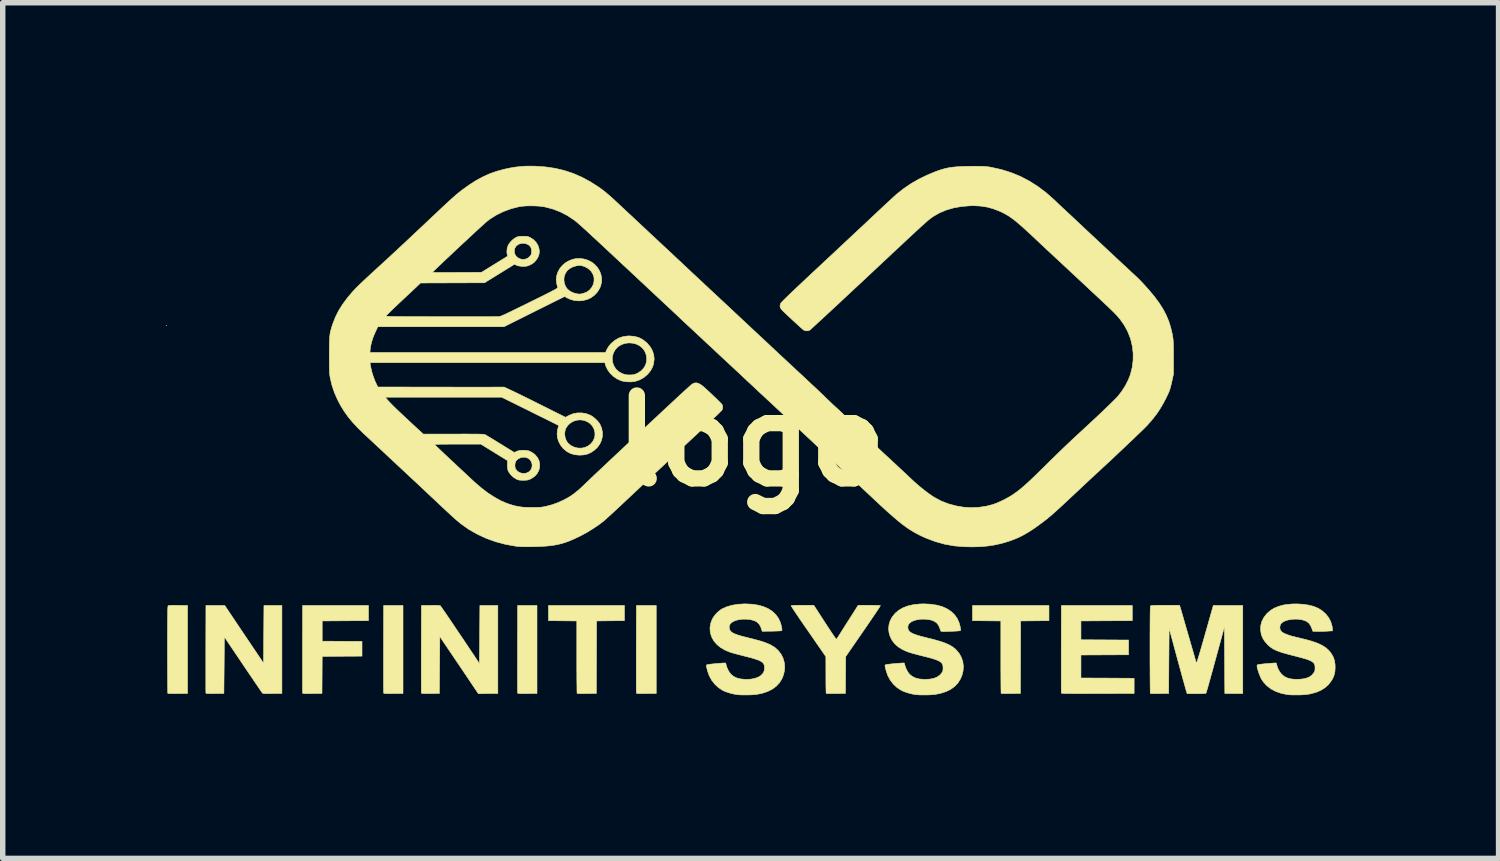
<source format=kicad_pcb>
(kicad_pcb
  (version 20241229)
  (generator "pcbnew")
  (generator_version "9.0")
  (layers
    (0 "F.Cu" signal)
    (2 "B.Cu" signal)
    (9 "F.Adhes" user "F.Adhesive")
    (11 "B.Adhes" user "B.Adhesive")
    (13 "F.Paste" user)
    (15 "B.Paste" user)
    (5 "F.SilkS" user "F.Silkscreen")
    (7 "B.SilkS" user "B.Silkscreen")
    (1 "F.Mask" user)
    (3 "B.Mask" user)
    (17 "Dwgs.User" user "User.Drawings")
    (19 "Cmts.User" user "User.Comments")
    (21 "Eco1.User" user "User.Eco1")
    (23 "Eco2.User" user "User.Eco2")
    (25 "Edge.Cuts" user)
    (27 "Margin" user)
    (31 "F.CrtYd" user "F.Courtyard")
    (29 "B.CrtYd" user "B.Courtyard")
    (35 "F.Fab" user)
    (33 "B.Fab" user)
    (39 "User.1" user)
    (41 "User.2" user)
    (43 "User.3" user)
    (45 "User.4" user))
  (footprint "logo"
    (layer "F.Cu")
    (at 10.766 5.058)
    (property "Reference" "logo" (at 0 0 0) (layer "F.SilkS") (effects (font (size 1.524 1.524) (thickness 0.3))))
    (attr through_hole)
    (fp_poly (pts (xy -10.753 -2.121) (xy -10.757 -2.117) (xy -10.761 -2.121) (xy -10.757 -2.125) (xy -10.753 -2.121)) (stroke (width 0.01) (type solid)) (fill yes) (layer "F.SilkS"))
    (fp_poly (pts (xy -6.405 4.644) (xy -6.581 4.646) (xy -6.643 4.647) (xy -6.69 4.647) (xy -6.723 4.646) (xy -6.745 4.644) (xy -6.757 4.641) (xy -6.761 4.638) (xy -6.761 4.628) (xy -6.762 4.602) (xy -6.762 4.562) (xy -6.763 4.509) (xy -6.763 4.443) (xy -6.763 4.366) (xy -6.763 4.28) (xy -6.763 4.185) (xy -6.763 4.082) (xy -6.763 3.973) (xy -6.763 3.859) (xy -6.763 3.827) (xy -6.761 3.027) (xy -6.405 3.027) (xy -6.405 4.644)) (stroke (width 0.01) (type solid)) (fill yes) (layer "F.SilkS"))
    (fp_poly (pts (xy -3.941 4.644) (xy -4.117 4.646) (xy -4.179 4.647) (xy -4.226 4.647) (xy -4.26 4.646) (xy -4.281 4.644) (xy -4.293 4.641) (xy -4.297 4.638) (xy -4.298 4.628) (xy -4.298 4.602) (xy -4.299 4.562) (xy -4.299 4.509) (xy -4.299 4.443) (xy -4.299 4.366) (xy -4.3 4.28) (xy -4.3 4.185) (xy -4.299 4.082) (xy -4.299 3.973) (xy -4.299 3.859) (xy -4.299 3.827) (xy -4.297 3.027) (xy -3.941 3.027) (xy -3.941 4.644)) (stroke (width 0.01) (type solid)) (fill yes) (layer "F.SilkS"))
    (fp_poly (pts (xy -1.748 4.644) (xy -1.928 4.646) (xy -1.991 4.647) (xy -2.039 4.647) (xy -2.073 4.646) (xy -2.096 4.644) (xy -2.108 4.641) (xy -2.113 4.638) (xy -2.113 4.628) (xy -2.114 4.602) (xy -2.114 4.562) (xy -2.115 4.509) (xy -2.115 4.443) (xy -2.115 4.366) (xy -2.115 4.28) (xy -2.115 4.185) (xy -2.115 4.082) (xy -2.115 3.973) (xy -2.115 3.859) (xy -2.115 3.827) (xy -2.112 3.027) (xy -1.748 3.027) (xy -1.748 4.644)) (stroke (width 0.01) (type solid)) (fill yes) (layer "F.SilkS"))
    (fp_poly (pts (xy 5.474 3.306) (xy 4.953 3.311) (xy 4.951 3.977) (xy 4.949 4.644) (xy 4.775 4.646) (xy 4.722 4.647) (xy 4.675 4.647) (xy 4.637 4.646) (xy 4.609 4.645) (xy 4.596 4.643) (xy 4.595 4.643) (xy 4.594 4.634) (xy 4.593 4.609) (xy 4.592 4.57) (xy 4.591 4.517) (xy 4.591 4.453) (xy 4.59 4.379) (xy 4.59 4.295) (xy 4.589 4.204) (xy 4.589 4.106) (xy 4.589 4.003) (xy 4.589 3.974) (xy 4.589 3.311) (xy 4.068 3.306) (xy 4.068 3.027) (xy 5.474 3.027) (xy 5.474 3.306)) (stroke (width 0.01) (type solid)) (fill yes) (layer "F.SilkS"))
    (fp_poly (pts (xy -2.333 3.306) (xy -2.589 3.308) (xy -2.845 3.311) (xy -2.847 3.977) (xy -2.849 4.644) (xy -3.023 4.646) (xy -3.076 4.647) (xy -3.123 4.647) (xy -3.161 4.646) (xy -3.188 4.645) (xy -3.202 4.643) (xy -3.203 4.643) (xy -3.204 4.634) (xy -3.205 4.609) (xy -3.206 4.57) (xy -3.206 4.517) (xy -3.207 4.453) (xy -3.208 4.379) (xy -3.208 4.295) (xy -3.209 4.204) (xy -3.209 4.106) (xy -3.209 4.003) (xy -3.209 3.974) (xy -3.209 3.311) (xy -3.73 3.306) (xy -3.73 3.027) (xy -2.333 3.027) (xy -2.333 3.306)) (stroke (width 0.01) (type solid)) (fill yes) (layer "F.SilkS"))
    (fp_poly (pts (xy -7.04 3.306) (xy -7.465 3.308) (xy -7.891 3.311) (xy -7.891 3.683) (xy -7.525 3.685) (xy -7.159 3.687) (xy -7.159 3.958) (xy -7.525 3.96) (xy -7.891 3.963) (xy -7.893 4.303) (xy -7.895 4.644) (xy -8.071 4.646) (xy -8.133 4.647) (xy -8.18 4.647) (xy -8.213 4.646) (xy -8.235 4.644) (xy -8.247 4.641) (xy -8.251 4.638) (xy -8.252 4.628) (xy -8.252 4.602) (xy -8.253 4.562) (xy -8.253 4.509) (xy -8.253 4.443) (xy -8.253 4.366) (xy -8.253 4.28) (xy -8.253 4.185) (xy -8.253 4.082) (xy -8.253 3.973) (xy -8.253 3.859) (xy -8.253 3.827) (xy -8.251 3.027) (xy -7.04 3.027) (xy -7.04 3.306)) (stroke (width 0.01) (type solid)) (fill yes) (layer "F.SilkS"))
    (fp_poly (pts (xy 7.006 3.306) (xy 6.534 3.308) (xy 6.062 3.311) (xy 6.062 3.657) (xy 6.938 3.662) (xy 6.938 3.933) (xy 6.062 3.937) (xy 6.062 4.36) (xy 6.551 4.362) (xy 7.04 4.365) (xy 7.04 4.644) (xy 6.373 4.646) (xy 6.246 4.646) (xy 6.136 4.647) (xy 6.04 4.647) (xy 5.959 4.647) (xy 5.89 4.646) (xy 5.834 4.646) (xy 5.789 4.645) (xy 5.755 4.644) (xy 5.73 4.643) (xy 5.713 4.641) (xy 5.704 4.639) (xy 5.702 4.638) (xy 5.701 4.628) (xy 5.701 4.602) (xy 5.701 4.562) (xy 5.7 4.509) (xy 5.7 4.443) (xy 5.7 4.366) (xy 5.7 4.28) (xy 5.7 4.185) (xy 5.7 4.082) (xy 5.7 3.973) (xy 5.7 3.859) (xy 5.7 3.827) (xy 5.702 3.027) (xy 7.006 3.027) (xy 7.006 3.306)) (stroke (width 0.01) (type solid)) (fill yes) (layer "F.SilkS"))
    (fp_poly (pts (xy -10.54 3.025) (xy -10.367 3.027) (xy -10.367 4.644) (xy -10.546 4.646) (xy -10.599 4.647) (xy -10.647 4.647) (xy -10.686 4.646) (xy -10.714 4.645) (xy -10.729 4.643) (xy -10.73 4.643) (xy -10.731 4.634) (xy -10.732 4.609) (xy -10.732 4.569) (xy -10.733 4.516) (xy -10.734 4.451) (xy -10.734 4.375) (xy -10.735 4.289) (xy -10.735 4.195) (xy -10.735 4.093) (xy -10.736 3.984) (xy -10.736 3.87) (xy -10.736 3.839) (xy -10.736 3.702) (xy -10.736 3.581) (xy -10.735 3.475) (xy -10.735 3.383) (xy -10.735 3.304) (xy -10.734 3.238) (xy -10.733 3.183) (xy -10.733 3.138) (xy -10.732 3.102) (xy -10.73 3.075) (xy -10.729 3.055) (xy -10.727 3.042) (xy -10.726 3.035) (xy -10.724 3.032) (xy -10.713 3.028) (xy -10.687 3.026) (xy -10.648 3.024) (xy -10.593 3.024) (xy -10.54 3.025)) (stroke (width 0.01) (type solid)) (fill yes) (layer "F.SilkS"))
    (fp_poly (pts (xy -9.327 3.557) (xy -8.97 4.087) (xy -8.966 3.557) (xy -8.962 3.027) (xy -8.632 3.027) (xy -8.632 4.644) (xy -8.806 4.646) (xy -8.865 4.647) (xy -8.91 4.647) (xy -8.942 4.646) (xy -8.964 4.645) (xy -8.978 4.642) (xy -8.987 4.639) (xy -8.993 4.634) (xy -8.993 4.634) (xy -9 4.624) (xy -9.015 4.602) (xy -9.039 4.568) (xy -9.069 4.523) (xy -9.106 4.469) (xy -9.148 4.407) (xy -9.195 4.338) (xy -9.247 4.262) (xy -9.301 4.182) (xy -9.348 4.112) (xy -9.69 3.605) (xy -9.694 4.124) (xy -9.699 4.644) (xy -9.862 4.646) (xy -9.921 4.647) (xy -9.966 4.647) (xy -9.997 4.645) (xy -10.017 4.643) (xy -10.027 4.64) (xy -10.029 4.638) (xy -10.03 4.628) (xy -10.03 4.602) (xy -10.031 4.562) (xy -10.031 4.509) (xy -10.031 4.443) (xy -10.031 4.366) (xy -10.031 4.28) (xy -10.031 4.185) (xy -10.031 4.082) (xy -10.031 3.973) (xy -10.031 3.859) (xy -10.031 3.827) (xy -10.029 3.027) (xy -9.683 3.027) (xy -9.327 3.557)) (stroke (width 0.01) (type solid)) (fill yes) (layer "F.SilkS"))
    (fp_poly (pts (xy -5.785 3.024) (xy -5.751 3.026) (xy -5.729 3.029) (xy -5.718 3.032) (xy -5.718 3.032) (xy -5.711 3.041) (xy -5.696 3.062) (xy -5.673 3.096) (xy -5.642 3.14) (xy -5.606 3.193) (xy -5.563 3.256) (xy -5.516 3.325) (xy -5.465 3.401) (xy -5.411 3.482) (xy -5.354 3.566) (xy -5.352 3.568) (xy -5 4.094) (xy -4.995 3.56) (xy -4.991 3.027) (xy -4.661 3.027) (xy -4.661 4.644) (xy -4.84 4.646) (xy -5.019 4.649) (xy -5.373 4.123) (xy -5.728 3.598) (xy -5.732 4.121) (xy -5.736 4.644) (xy -5.899 4.646) (xy -5.959 4.647) (xy -6.003 4.647) (xy -6.035 4.645) (xy -6.054 4.643) (xy -6.064 4.64) (xy -6.067 4.638) (xy -6.067 4.628) (xy -6.068 4.602) (xy -6.068 4.562) (xy -6.068 4.509) (xy -6.069 4.443) (xy -6.069 4.366) (xy -6.069 4.28) (xy -6.069 4.185) (xy -6.069 4.082) (xy -6.069 3.973) (xy -6.069 3.859) (xy -6.069 3.827) (xy -6.066 3.027) (xy -5.898 3.025) (xy -5.834 3.024) (xy -5.785 3.024)) (stroke (width 0.01) (type solid)) (fill yes) (layer "F.SilkS"))
    (fp_poly (pts (xy 1.355 3.34) (xy 1.405 3.416) (xy 1.446 3.479) (xy 1.48 3.53) (xy 1.507 3.57) (xy 1.528 3.6) (xy 1.543 3.622) (xy 1.555 3.635) (xy 1.563 3.643) (xy 1.568 3.644) (xy 1.571 3.643) (xy 1.577 3.632) (xy 1.592 3.61) (xy 1.614 3.576) (xy 1.642 3.532) (xy 1.674 3.48) (xy 1.711 3.422) (xy 1.751 3.359) (xy 1.773 3.325) (xy 1.965 3.023) (xy 2.168 3.023) (xy 2.224 3.023) (xy 2.275 3.024) (xy 2.318 3.025) (xy 2.35 3.026) (xy 2.369 3.028) (xy 2.374 3.029) (xy 2.37 3.037) (xy 2.357 3.058) (xy 2.336 3.09) (xy 2.308 3.133) (xy 2.273 3.185) (xy 2.232 3.245) (xy 2.187 3.312) (xy 2.137 3.385) (xy 2.084 3.462) (xy 2.057 3.501) (xy 1.736 3.966) (xy 1.734 4.305) (xy 1.731 4.644) (xy 1.557 4.646) (xy 1.505 4.647) (xy 1.458 4.647) (xy 1.419 4.646) (xy 1.392 4.645) (xy 1.378 4.643) (xy 1.377 4.643) (xy 1.376 4.633) (xy 1.375 4.609) (xy 1.374 4.571) (xy 1.373 4.522) (xy 1.372 4.463) (xy 1.372 4.396) (xy 1.372 4.324) (xy 1.372 4.302) (xy 1.371 3.967) (xy 1.05 3.503) (xy 0.995 3.424) (xy 0.943 3.348) (xy 0.895 3.279) (xy 0.852 3.215) (xy 0.814 3.159) (xy 0.783 3.112) (xy 0.758 3.074) (xy 0.742 3.047) (xy 0.733 3.033) (xy 0.733 3.031) (xy 0.742 3.028) (xy 0.767 3.026) (xy 0.806 3.024) (xy 0.855 3.023) (xy 0.915 3.023) (xy 0.944 3.023) (xy 1.15 3.023) (xy 1.355 3.34)) (stroke (width 0.01) (type solid)) (fill yes) (layer "F.SilkS"))
    (fp_poly (pts (xy 7.882 3.042) (xy 7.885 3.053) (xy 7.893 3.079) (xy 7.905 3.119) (xy 7.92 3.17) (xy 7.938 3.232) (xy 7.958 3.303) (xy 7.981 3.382) (xy 8.005 3.466) (xy 8.031 3.556) (xy 8.035 3.569) (xy 8.061 3.658) (xy 8.085 3.743) (xy 8.108 3.822) (xy 8.129 3.893) (xy 8.147 3.956) (xy 8.162 4.008) (xy 8.174 4.048) (xy 8.182 4.075) (xy 8.186 4.087) (xy 8.187 4.087) (xy 8.19 4.081) (xy 8.197 4.06) (xy 8.208 4.026) (xy 8.223 3.978) (xy 8.241 3.92) (xy 8.261 3.852) (xy 8.283 3.776) (xy 8.307 3.693) (xy 8.333 3.603) (xy 8.344 3.563) (xy 8.496 3.027) (xy 9.038 3.027) (xy 9.038 4.644) (xy 8.708 4.644) (xy 8.704 4.033) (xy 8.7 3.422) (xy 8.535 4.024) (xy 8.508 4.122) (xy 8.483 4.216) (xy 8.458 4.303) (xy 8.436 4.383) (xy 8.416 4.455) (xy 8.399 4.516) (xy 8.384 4.567) (xy 8.373 4.604) (xy 8.366 4.629) (xy 8.363 4.638) (xy 8.355 4.642) (xy 8.337 4.644) (xy 8.307 4.646) (xy 8.264 4.648) (xy 8.207 4.648) (xy 8.186 4.648) (xy 8.017 4.648) (xy 8.006 4.621) (xy 8.002 4.608) (xy 7.994 4.58) (xy 7.982 4.539) (xy 7.968 4.486) (xy 7.95 4.422) (xy 7.929 4.348) (xy 7.907 4.267) (xy 7.883 4.179) (xy 7.857 4.085) (xy 7.839 4.019) (xy 7.684 3.445) (xy 7.679 4.045) (xy 7.675 4.644) (xy 7.509 4.646) (xy 7.458 4.647) (xy 7.413 4.647) (xy 7.376 4.646) (xy 7.35 4.645) (xy 7.338 4.643) (xy 7.338 4.643) (xy 7.337 4.634) (xy 7.336 4.609) (xy 7.336 4.569) (xy 7.335 4.516) (xy 7.334 4.451) (xy 7.334 4.375) (xy 7.333 4.289) (xy 7.333 4.195) (xy 7.332 4.093) (xy 7.332 3.984) (xy 7.332 3.871) (xy 7.332 3.84) (xy 7.332 3.698) (xy 7.332 3.573) (xy 7.333 3.462) (xy 7.333 3.367) (xy 7.334 3.285) (xy 7.334 3.216) (xy 7.335 3.16) (xy 7.336 3.115) (xy 7.337 3.08) (xy 7.339 3.056) (xy 7.34 3.04) (xy 7.342 3.033) (xy 7.342 3.033) (xy 7.35 3.03) (xy 7.369 3.027) (xy 7.399 3.025) (xy 7.442 3.024) (xy 7.498 3.023) (xy 7.57 3.023) (xy 7.613 3.023) (xy 7.874 3.023) (xy 7.882 3.042)) (stroke (width 0.01) (type solid)) (fill yes) (layer "F.SilkS"))
    (fp_poly (pts (xy 0.013 3.003) (xy 0.125 3.02) (xy 0.224 3.047) (xy 0.312 3.086) (xy 0.388 3.135) (xy 0.45 3.194) (xy 0.5 3.263) (xy 0.536 3.342) (xy 0.555 3.411) (xy 0.561 3.447) (xy 0.564 3.474) (xy 0.562 3.488) (xy 0.561 3.489) (xy 0.551 3.491) (xy 0.526 3.494) (xy 0.49 3.496) (xy 0.444 3.497) (xy 0.393 3.499) (xy 0.377 3.499) (xy 0.2 3.501) (xy 0.19 3.467) (xy 0.168 3.408) (xy 0.138 3.362) (xy 0.099 3.327) (xy 0.049 3.303) (xy -0.013 3.287) (xy -0.081 3.279) (xy -0.155 3.278) (xy -0.223 3.286) (xy -0.282 3.3) (xy -0.332 3.321) (xy -0.37 3.347) (xy -0.396 3.379) (xy -0.406 3.415) (xy -0.406 3.421) (xy -0.404 3.45) (xy -0.396 3.476) (xy -0.382 3.498) (xy -0.359 3.519) (xy -0.327 3.538) (xy -0.284 3.556) (xy -0.229 3.575) (xy -0.16 3.595) (xy -0.076 3.616) (xy -0.042 3.625) (xy 0.051 3.648) (xy 0.129 3.669) (xy 0.196 3.688) (xy 0.253 3.708) (xy 0.302 3.727) (xy 0.347 3.747) (xy 0.36 3.754) (xy 0.436 3.801) (xy 0.499 3.859) (xy 0.549 3.925) (xy 0.585 3.998) (xy 0.607 4.077) (xy 0.615 4.159) (xy 0.607 4.243) (xy 0.583 4.328) (xy 0.563 4.375) (xy 0.517 4.449) (xy 0.458 4.512) (xy 0.386 4.565) (xy 0.301 4.608) (xy 0.202 4.641) (xy 0.102 4.661) (xy 0.055 4.666) (xy -0.003 4.67) (xy -0.067 4.672) (xy -0.132 4.672) (xy -0.194 4.671) (xy -0.247 4.667) (xy -0.275 4.664) (xy -0.327 4.654) (xy -0.384 4.64) (xy -0.44 4.623) (xy -0.491 4.604) (xy -0.525 4.588) (xy -0.602 4.538) (xy -0.671 4.474) (xy -0.729 4.4) (xy -0.774 4.317) (xy -0.805 4.229) (xy -0.807 4.221) (xy -0.817 4.179) (xy -0.824 4.152) (xy -0.826 4.134) (xy -0.825 4.125) (xy -0.821 4.12) (xy -0.813 4.116) (xy -0.811 4.115) (xy -0.797 4.112) (xy -0.77 4.108) (xy -0.733 4.104) (xy -0.69 4.099) (xy -0.644 4.095) (xy -0.597 4.091) (xy -0.554 4.088) (xy -0.517 4.085) (xy -0.49 4.084) (xy -0.475 4.085) (xy -0.474 4.085) (xy -0.469 4.095) (xy -0.463 4.116) (xy -0.462 4.121) (xy -0.45 4.161) (xy -0.43 4.207) (xy -0.405 4.251) (xy -0.379 4.286) (xy -0.372 4.293) (xy -0.324 4.332) (xy -0.266 4.36) (xy -0.198 4.377) (xy -0.118 4.385) (xy -0.089 4.386) (xy -0.005 4.381) (xy 0.069 4.366) (xy 0.131 4.343) (xy 0.18 4.312) (xy 0.216 4.273) (xy 0.238 4.226) (xy 0.244 4.173) (xy 0.243 4.156) (xy 0.239 4.128) (xy 0.23 4.104) (xy 0.215 4.082) (xy 0.192 4.063) (xy 0.161 4.045) (xy 0.119 4.027) (xy 0.065 4.009) (xy -0.001 3.989) (xy -0.083 3.968) (xy -0.119 3.959) (xy -0.181 3.943) (xy -0.24 3.928) (xy -0.293 3.914) (xy -0.339 3.901) (xy -0.373 3.891) (xy -0.389 3.886) (xy -0.485 3.846) (xy -0.567 3.798) (xy -0.635 3.741) (xy -0.69 3.677) (xy -0.729 3.605) (xy -0.753 3.527) (xy -0.755 3.515) (xy -0.76 3.438) (xy -0.748 3.36) (xy -0.72 3.283) (xy -0.717 3.277) (xy -0.689 3.231) (xy -0.65 3.182) (xy -0.605 3.138) (xy -0.558 3.102) (xy -0.536 3.088) (xy -0.448 3.049) (xy -0.349 3.021) (xy -0.239 3.004) (xy -0.12 2.997) (xy -0.11 2.997) (xy 0.013 3.003)) (stroke (width 0.01) (type solid)) (fill yes) (layer "F.SilkS"))
    (fp_poly (pts (xy 10.151 3.005) (xy 10.251 3.02) (xy 10.341 3.043) (xy 10.347 3.045) (xy 10.429 3.08) (xy 10.502 3.127) (xy 10.565 3.184) (xy 10.617 3.25) (xy 10.655 3.323) (xy 10.679 3.4) (xy 10.687 3.454) (xy 10.689 3.493) (xy 10.588 3.499) (xy 10.537 3.502) (xy 10.484 3.503) (xy 10.434 3.504) (xy 10.407 3.503) (xy 10.327 3.501) (xy 10.308 3.448) (xy 10.284 3.393) (xy 10.254 3.352) (xy 10.217 3.323) (xy 10.204 3.315) (xy 10.146 3.294) (xy 10.079 3.281) (xy 10.006 3.277) (xy 9.933 3.282) (xy 9.863 3.295) (xy 9.803 3.316) (xy 9.789 3.323) (xy 9.751 3.35) (xy 9.729 3.381) (xy 9.72 3.42) (xy 9.72 3.432) (xy 9.723 3.459) (xy 9.732 3.483) (xy 9.749 3.505) (xy 9.775 3.526) (xy 9.812 3.545) (xy 9.86 3.564) (xy 9.92 3.584) (xy 9.995 3.604) (xy 10.086 3.626) (xy 10.098 3.629) (xy 10.21 3.656) (xy 10.307 3.684) (xy 10.39 3.712) (xy 10.461 3.742) (xy 10.521 3.774) (xy 10.572 3.809) (xy 10.615 3.848) (xy 10.652 3.891) (xy 10.667 3.913) (xy 10.702 3.973) (xy 10.724 4.037) (xy 10.735 4.109) (xy 10.737 4.161) (xy 10.733 4.237) (xy 10.719 4.304) (xy 10.694 4.366) (xy 10.668 4.41) (xy 10.614 4.481) (xy 10.549 4.539) (xy 10.473 4.587) (xy 10.385 4.624) (xy 10.284 4.651) (xy 10.228 4.661) (xy 10.182 4.666) (xy 10.124 4.67) (xy 10.061 4.672) (xy 9.996 4.672) (xy 9.934 4.671) (xy 9.881 4.668) (xy 9.852 4.664) (xy 9.741 4.641) (xy 9.642 4.606) (xy 9.555 4.559) (xy 9.479 4.501) (xy 9.416 4.431) (xy 9.385 4.386) (xy 9.367 4.351) (xy 9.348 4.305) (xy 9.329 4.254) (xy 9.314 4.205) (xy 9.303 4.163) (xy 9.302 4.155) (xy 9.3 4.133) (xy 9.305 4.121) (xy 9.316 4.115) (xy 9.33 4.112) (xy 9.357 4.108) (xy 9.393 4.104) (xy 9.436 4.099) (xy 9.483 4.095) (xy 9.529 4.091) (xy 9.572 4.088) (xy 9.609 4.085) (xy 9.636 4.084) (xy 9.65 4.085) (xy 9.652 4.085) (xy 9.657 4.095) (xy 9.662 4.116) (xy 9.663 4.121) (xy 9.675 4.162) (xy 9.696 4.209) (xy 9.722 4.253) (xy 9.751 4.289) (xy 9.754 4.293) (xy 9.8 4.331) (xy 9.854 4.358) (xy 9.918 4.376) (xy 9.993 4.384) (xy 10.067 4.384) (xy 10.144 4.377) (xy 10.208 4.363) (xy 10.261 4.342) (xy 10.304 4.312) (xy 10.339 4.272) (xy 10.342 4.268) (xy 10.356 4.245) (xy 10.364 4.224) (xy 10.367 4.198) (xy 10.367 4.175) (xy 10.366 4.145) (xy 10.361 4.119) (xy 10.351 4.096) (xy 10.335 4.076) (xy 10.31 4.057) (xy 10.277 4.04) (xy 10.233 4.022) (xy 10.177 4.004) (xy 10.108 3.985) (xy 10.024 3.963) (xy 9.989 3.954) (xy 9.893 3.929) (xy 9.813 3.907) (xy 9.745 3.887) (xy 9.688 3.867) (xy 9.64 3.847) (xy 9.599 3.827) (xy 9.564 3.804) (xy 9.532 3.78) (xy 9.501 3.752) (xy 9.491 3.742) (xy 9.442 3.686) (xy 9.407 3.63) (xy 9.382 3.57) (xy 9.377 3.551) (xy 9.365 3.472) (xy 9.369 3.394) (xy 9.389 3.319) (xy 9.426 3.247) (xy 9.478 3.18) (xy 9.491 3.167) (xy 9.552 3.115) (xy 9.62 3.074) (xy 9.698 3.042) (xy 9.788 3.018) (xy 9.838 3.01) (xy 9.94 2.999) (xy 10.045 2.998) (xy 10.151 3.005)) (stroke (width 0.01) (type solid)) (fill yes) (layer "F.SilkS"))
    (fp_poly (pts (xy 3.298 3.003) (xy 3.41 3.02) (xy 3.51 3.047) (xy 3.597 3.086) (xy 3.673 3.135) (xy 3.735 3.194) (xy 3.785 3.263) (xy 3.821 3.342) (xy 3.84 3.411) (xy 3.846 3.445) (xy 3.849 3.472) (xy 3.848 3.487) (xy 3.847 3.489) (xy 3.836 3.491) (xy 3.812 3.494) (xy 3.775 3.497) (xy 3.73 3.499) (xy 3.678 3.502) (xy 3.664 3.502) (xy 3.604 3.504) (xy 3.559 3.505) (xy 3.526 3.505) (xy 3.505 3.504) (xy 3.492 3.501) (xy 3.486 3.498) (xy 3.485 3.496) (xy 3.468 3.449) (xy 3.454 3.415) (xy 3.442 3.39) (xy 3.429 3.371) (xy 3.415 3.354) (xy 3.408 3.348) (xy 3.372 3.32) (xy 3.327 3.3) (xy 3.271 3.286) (xy 3.204 3.279) (xy 3.13 3.278) (xy 3.062 3.286) (xy 3.003 3.3) (xy 2.953 3.321) (xy 2.915 3.347) (xy 2.889 3.379) (xy 2.879 3.415) (xy 2.879 3.421) (xy 2.881 3.45) (xy 2.889 3.476) (xy 2.903 3.498) (xy 2.926 3.519) (xy 2.958 3.538) (xy 3.001 3.556) (xy 3.056 3.575) (xy 3.125 3.595) (xy 3.209 3.616) (xy 3.243 3.625) (xy 3.346 3.65) (xy 3.434 3.675) (xy 3.509 3.698) (xy 3.573 3.721) (xy 3.627 3.745) (xy 3.674 3.77) (xy 3.714 3.797) (xy 3.751 3.827) (xy 3.769 3.844) (xy 3.824 3.91) (xy 3.864 3.983) (xy 3.89 4.061) (xy 3.9 4.143) (xy 3.895 4.227) (xy 3.874 4.312) (xy 3.846 4.377) (xy 3.8 4.451) (xy 3.74 4.515) (xy 3.667 4.568) (xy 3.581 4.61) (xy 3.482 4.642) (xy 3.387 4.661) (xy 3.34 4.666) (xy 3.282 4.67) (xy 3.218 4.672) (xy 3.153 4.672) (xy 3.091 4.671) (xy 3.038 4.667) (xy 3.01 4.664) (xy 2.958 4.654) (xy 2.901 4.64) (xy 2.845 4.623) (xy 2.795 4.604) (xy 2.76 4.588) (xy 2.683 4.538) (xy 2.614 4.474) (xy 2.556 4.4) (xy 2.511 4.317) (xy 2.48 4.229) (xy 2.478 4.221) (xy 2.468 4.179) (xy 2.461 4.152) (xy 2.459 4.134) (xy 2.46 4.125) (xy 2.464 4.12) (xy 2.472 4.116) (xy 2.474 4.115) (xy 2.488 4.112) (xy 2.515 4.108) (xy 2.552 4.104) (xy 2.595 4.099) (xy 2.641 4.095) (xy 2.688 4.091) (xy 2.731 4.088) (xy 2.768 4.085) (xy 2.795 4.084) (xy 2.81 4.085) (xy 2.811 4.085) (xy 2.817 4.095) (xy 2.822 4.116) (xy 2.823 4.121) (xy 2.835 4.161) (xy 2.855 4.207) (xy 2.88 4.251) (xy 2.907 4.286) (xy 2.913 4.293) (xy 2.962 4.332) (xy 3.02 4.36) (xy 3.09 4.378) (xy 3.171 4.385) (xy 3.194 4.386) (xy 3.281 4.381) (xy 3.355 4.367) (xy 3.416 4.343) (xy 3.466 4.308) (xy 3.501 4.269) (xy 3.515 4.246) (xy 3.523 4.225) (xy 3.526 4.2) (xy 3.526 4.174) (xy 3.525 4.143) (xy 3.519 4.116) (xy 3.508 4.093) (xy 3.49 4.073) (xy 3.463 4.054) (xy 3.427 4.036) (xy 3.38 4.018) (xy 3.32 3.999) (xy 3.246 3.979) (xy 3.166 3.959) (xy 3.086 3.939) (xy 3.019 3.921) (xy 2.965 3.907) (xy 2.92 3.893) (xy 2.882 3.881) (xy 2.849 3.868) (xy 2.818 3.854) (xy 2.787 3.839) (xy 2.774 3.833) (xy 2.7 3.786) (xy 2.638 3.731) (xy 2.59 3.669) (xy 2.555 3.601) (xy 2.533 3.53) (xy 2.525 3.456) (xy 2.532 3.383) (xy 2.553 3.31) (xy 2.589 3.241) (xy 2.641 3.176) (xy 2.649 3.167) (xy 2.716 3.112) (xy 2.794 3.067) (xy 2.883 3.034) (xy 2.985 3.011) (xy 3.099 2.999) (xy 3.175 2.997) (xy 3.298 3.003)) (stroke (width 0.01) (type solid)) (fill yes) (layer "F.SilkS"))
    (fp_poly (pts (xy -3.975 -5.052) (xy -3.788 -5.039) (xy -3.61 -5.013) (xy -3.44 -4.973) (xy -3.276 -4.919) (xy -3.116 -4.849) (xy -2.958 -4.764) (xy -2.828 -4.681) (xy -2.787 -4.653) (xy -2.748 -4.625) (xy -2.71 -4.596) (xy -2.671 -4.564) (xy -2.628 -4.528) (xy -2.581 -4.487) (xy -2.527 -4.438) (xy -2.465 -4.38) (xy -2.403 -4.322) (xy -2.363 -4.285) (xy -2.313 -4.238) (xy -2.254 -4.183) (xy -2.187 -4.121) (xy -2.115 -4.053) (xy -2.038 -3.981) (xy -1.958 -3.907) (xy -1.878 -3.831) (xy -1.798 -3.757) (xy -1.769 -3.73) (xy -1.692 -3.658) (xy -1.615 -3.586) (xy -1.54 -3.516) (xy -1.468 -3.449) (xy -1.401 -3.386) (xy -1.34 -3.329) (xy -1.286 -3.279) (xy -1.242 -3.237) (xy -1.207 -3.204) (xy -1.194 -3.192) (xy -1.143 -3.144) (xy -1.086 -3.09) (xy -1.025 -3.034) (xy -0.968 -2.98) (xy -0.927 -2.942) (xy -0.9 -2.917) (xy -0.863 -2.882) (xy -0.814 -2.837) (xy -0.757 -2.783) (xy -0.691 -2.722) (xy -0.619 -2.654) (xy -0.54 -2.581) (xy -0.456 -2.503) (xy -0.369 -2.421) (xy -0.278 -2.336) (xy -0.186 -2.25) (xy -0.093 -2.163) (xy -0.000371 -2.076) (xy 0.091 -1.991) (xy 0.18 -1.908) (xy 0.266 -1.828) (xy 0.347 -1.752) (xy 0.368 -1.731) (xy 0.413 -1.69) (xy 0.468 -1.639) (xy 0.528 -1.582) (xy 0.593 -1.522) (xy 0.658 -1.461) (xy 0.721 -1.403) (xy 0.75 -1.376) (xy 0.845 -1.287) (xy 0.93 -1.209) (xy 1.003 -1.14) (xy 1.068 -1.079) (xy 1.125 -1.026) (xy 1.176 -0.979) (xy 1.22 -0.937) (xy 1.26 -0.899) (xy 1.297 -0.864) (xy 1.331 -0.831) (xy 1.365 -0.798) (xy 1.38 -0.783) (xy 1.424 -0.741) (xy 1.471 -0.696) (xy 1.516 -0.654) (xy 1.556 -0.617) (xy 1.583 -0.593) (xy 1.608 -0.57) (xy 1.642 -0.538) (xy 1.685 -0.497) (xy 1.733 -0.449) (xy 1.786 -0.397) (xy 1.842 -0.342) (xy 1.898 -0.287) (xy 1.901 -0.284) (xy 1.958 -0.227) (xy 2.024 -0.162) (xy 2.098 -0.09) (xy 2.177 -0.015) (xy 2.258 0.062) (xy 2.338 0.138) (xy 2.415 0.21) (xy 2.464 0.255) (xy 2.532 0.318) (xy 2.602 0.383) (xy 2.67 0.446) (xy 2.735 0.507) (xy 2.796 0.564) (xy 2.85 0.614) (xy 2.895 0.657) (xy 2.929 0.689) (xy 3.01 0.764) (xy 3.093 0.836) (xy 3.176 0.903) (xy 3.255 0.963) (xy 3.329 1.015) (xy 3.371 1.041) (xy 3.495 1.107) (xy 3.627 1.158) (xy 3.764 1.195) (xy 3.905 1.219) (xy 4.046 1.227) (xy 4.187 1.221) (xy 4.325 1.2) (xy 4.445 1.169) (xy 4.512 1.144) (xy 4.587 1.111) (xy 4.664 1.074) (xy 4.738 1.033) (xy 4.802 0.994) (xy 4.805 0.992) (xy 4.848 0.962) (xy 4.891 0.931) (xy 4.935 0.897) (xy 4.98 0.86) (xy 5.029 0.817) (xy 5.083 0.769) (xy 5.143 0.713) (xy 5.21 0.649) (xy 5.286 0.575) (xy 5.372 0.491) (xy 5.393 0.47) (xy 5.485 0.379) (xy 5.568 0.298) (xy 5.643 0.225) (xy 5.712 0.158) (xy 5.778 0.094) (xy 5.843 0.033) (xy 5.909 -0.03) (xy 5.978 -0.094) (xy 6.053 -0.163) (xy 6.135 -0.239) (xy 6.138 -0.242) (xy 6.212 -0.31) (xy 6.286 -0.379) (xy 6.36 -0.448) (xy 6.43 -0.514) (xy 6.497 -0.578) (xy 6.559 -0.638) (xy 6.614 -0.691) (xy 6.662 -0.738) (xy 6.7 -0.777) (xy 6.728 -0.806) (xy 6.738 -0.816) (xy 6.813 -0.912) (xy 6.88 -1.017) (xy 6.935 -1.126) (xy 6.972 -1.222) (xy 7.004 -1.349) (xy 7.021 -1.479) (xy 7.022 -1.611) (xy 7.007 -1.742) (xy 6.977 -1.869) (xy 6.972 -1.885) (xy 6.923 -2.009) (xy 6.86 -2.126) (xy 6.784 -2.235) (xy 6.737 -2.29) (xy 6.725 -2.304) (xy 6.712 -2.317) (xy 6.698 -2.332) (xy 6.683 -2.348) (xy 6.665 -2.366) (xy 6.644 -2.387) (xy 6.619 -2.411) (xy 6.59 -2.439) (xy 6.557 -2.471) (xy 6.517 -2.508) (xy 6.472 -2.551) (xy 6.42 -2.6) (xy 6.36 -2.656) (xy 6.292 -2.719) (xy 6.216 -2.79) (xy 6.131 -2.87) (xy 6.035 -2.959) (xy 5.929 -3.058) (xy 5.812 -3.167) (xy 5.69 -3.281) (xy 5.623 -3.343) (xy 5.555 -3.406) (xy 5.489 -3.468) (xy 5.426 -3.526) (xy 5.368 -3.581) (xy 5.317 -3.628) (xy 5.275 -3.668) (xy 5.245 -3.696) (xy 5.154 -3.782) (xy 5.073 -3.857) (xy 5.001 -3.922) (xy 4.938 -3.978) (xy 4.881 -4.026) (xy 4.83 -4.067) (xy 4.782 -4.102) (xy 4.738 -4.133) (xy 4.695 -4.159) (xy 4.652 -4.183) (xy 4.608 -4.205) (xy 4.562 -4.226) (xy 4.449 -4.269) (xy 4.337 -4.3) (xy 4.221 -4.318) (xy 4.098 -4.325) (xy 4.022 -4.324) (xy 3.868 -4.311) (xy 3.724 -4.286) (xy 3.589 -4.247) (xy 3.465 -4.195) (xy 3.351 -4.131) (xy 3.34 -4.123) (xy 3.325 -4.113) (xy 3.31 -4.102) (xy 3.294 -4.09) (xy 3.276 -4.076) (xy 3.256 -4.06) (xy 3.234 -4.041) (xy 3.207 -4.018) (xy 3.177 -3.99) (xy 3.14 -3.958) (xy 3.098 -3.919) (xy 3.049 -3.874) (xy 2.992 -3.821) (xy 2.927 -3.761) (xy 2.853 -3.692) (xy 2.769 -3.613) (xy 2.674 -3.525) (xy 2.568 -3.426) (xy 2.544 -3.403) (xy 2.375 -3.245) (xy 2.218 -3.098) (xy 2.073 -2.962) (xy 1.939 -2.837) (xy 1.816 -2.723) (xy 1.704 -2.618) (xy 1.603 -2.523) (xy 1.511 -2.438) (xy 1.429 -2.362) (xy 1.356 -2.294) (xy 1.292 -2.235) (xy 1.237 -2.185) (xy 1.191 -2.142) (xy 1.152 -2.106) (xy 1.121 -2.078) (xy 1.098 -2.057) (xy 1.082 -2.043) (xy 1.072 -2.035) (xy 1.069 -2.033) (xy 1.039 -2.025) (xy 1.003 -2.025) (xy 0.971 -2.035) (xy 0.963 -2.039) (xy 0.951 -2.049) (xy 0.928 -2.068) (xy 0.897 -2.096) (xy 0.86 -2.13) (xy 0.818 -2.168) (xy 0.774 -2.208) (xy 0.729 -2.25) (xy 0.686 -2.29) (xy 0.646 -2.328) (xy 0.612 -2.36) (xy 0.585 -2.387) (xy 0.579 -2.392) (xy 0.548 -2.427) (xy 0.531 -2.458) (xy 0.528 -2.488) (xy 0.536 -2.52) (xy 0.539 -2.525) (xy 0.544 -2.534) (xy 0.555 -2.547) (xy 0.572 -2.565) (xy 0.596 -2.59) (xy 0.628 -2.621) (xy 0.667 -2.659) (xy 0.714 -2.705) (xy 0.771 -2.759) (xy 0.836 -2.821) (xy 0.912 -2.892) (xy 0.998 -2.973) (xy 1.095 -3.064) (xy 1.204 -3.166) (xy 1.308 -3.263) (xy 1.41 -3.358) (xy 1.513 -3.454) (xy 1.615 -3.55) (xy 1.716 -3.644) (xy 1.814 -3.736) (xy 1.908 -3.824) (xy 1.998 -3.908) (xy 2.081 -3.985) (xy 2.156 -4.056) (xy 2.223 -4.119) (xy 2.281 -4.173) (xy 2.327 -4.217) (xy 2.338 -4.227) (xy 2.398 -4.283) (xy 2.457 -4.338) (xy 2.513 -4.39) (xy 2.564 -4.437) (xy 2.608 -4.478) (xy 2.645 -4.512) (xy 2.672 -4.536) (xy 2.683 -4.545) (xy 2.808 -4.643) (xy 2.939 -4.732) (xy 3.08 -4.813) (xy 3.232 -4.887) (xy 3.346 -4.935) (xy 3.421 -4.964) (xy 3.491 -4.988) (xy 3.559 -5.007) (xy 3.627 -5.022) (xy 3.699 -5.033) (xy 3.778 -5.041) (xy 3.865 -5.046) (xy 3.964 -5.049) (xy 4.056 -5.05) (xy 4.13 -5.05) (xy 4.19 -5.05) (xy 4.239 -5.049) (xy 4.279 -5.047) (xy 4.313 -5.045) (xy 4.343 -5.042) (xy 4.374 -5.038) (xy 4.406 -5.032) (xy 4.414 -5.031) (xy 4.599 -4.99) (xy 4.777 -4.934) (xy 4.947 -4.865) (xy 5.11 -4.78) (xy 5.268 -4.68) (xy 5.422 -4.564) (xy 5.571 -4.432) (xy 5.58 -4.424) (xy 5.62 -4.385) (xy 5.668 -4.339) (xy 5.719 -4.291) (xy 5.769 -4.245) (xy 5.795 -4.22) (xy 5.832 -4.186) (xy 5.879 -4.143) (xy 5.932 -4.093) (xy 5.989 -4.039) (xy 6.048 -3.984) (xy 6.105 -3.93) (xy 6.121 -3.915) (xy 6.183 -3.857) (xy 6.251 -3.793) (xy 6.324 -3.726) (xy 6.399 -3.655) (xy 6.476 -3.583) (xy 6.553 -3.511) (xy 6.63 -3.439) (xy 6.704 -3.37) (xy 6.775 -3.304) (xy 6.841 -3.242) (xy 6.901 -3.187) (xy 6.953 -3.138) (xy 6.996 -3.098) (xy 7.029 -3.068) (xy 7.044 -3.054) (xy 7.088 -3.013) (xy 7.128 -2.974) (xy 7.167 -2.935) (xy 7.208 -2.891) (xy 7.254 -2.84) (xy 7.308 -2.78) (xy 7.313 -2.774) (xy 7.412 -2.656) (xy 7.497 -2.541) (xy 7.569 -2.429) (xy 7.628 -2.318) (xy 7.676 -2.204) (xy 7.713 -2.087) (xy 7.742 -1.963) (xy 7.747 -1.932) (xy 7.752 -1.903) (xy 7.756 -1.875) (xy 7.758 -1.845) (xy 7.761 -1.81) (xy 7.762 -1.769) (xy 7.763 -1.719) (xy 7.764 -1.658) (xy 7.764 -1.583) (xy 7.764 -1.532) (xy 7.764 -1.229) (xy 7.731 -1.079) (xy 7.718 -1.024) (xy 7.707 -0.981) (xy 7.696 -0.945) (xy 7.684 -0.911) (xy 7.669 -0.875) (xy 7.648 -0.832) (xy 7.628 -0.789) (xy 7.572 -0.683) (xy 7.516 -0.588) (xy 7.455 -0.497) (xy 7.387 -0.409) (xy 7.308 -0.317) (xy 7.267 -0.272) (xy 7.249 -0.254) (xy 7.22 -0.225) (xy 7.181 -0.187) (xy 7.134 -0.142) (xy 7.08 -0.09) (xy 7.02 -0.032) (xy 6.955 0.029) (xy 6.887 0.094) (xy 6.817 0.16) (xy 6.747 0.226) (xy 6.677 0.292) (xy 6.609 0.356) (xy 6.544 0.416) (xy 6.484 0.472) (xy 6.43 0.522) (xy 6.383 0.566) (xy 6.358 0.588) (xy 6.343 0.602) (xy 6.317 0.626) (xy 6.281 0.66) (xy 6.237 0.701) (xy 6.186 0.748) (xy 6.13 0.801) (xy 6.069 0.858) (xy 6.006 0.917) (xy 5.986 0.936) (xy 5.896 1.02) (xy 5.817 1.094) (xy 5.747 1.159) (xy 5.687 1.215) (xy 5.634 1.263) (xy 5.587 1.306) (xy 5.545 1.343) (xy 5.508 1.375) (xy 5.472 1.405) (xy 5.439 1.433) (xy 5.405 1.459) (xy 5.371 1.486) (xy 5.334 1.513) (xy 5.307 1.533) (xy 5.203 1.608) (xy 5.106 1.671) (xy 5.015 1.725) (xy 4.925 1.771) (xy 4.833 1.81) (xy 4.737 1.845) (xy 4.734 1.846) (xy 4.606 1.884) (xy 4.477 1.913) (xy 4.346 1.933) (xy 4.208 1.945) (xy 4.061 1.949) (xy 3.916 1.946) (xy 3.734 1.931) (xy 3.555 1.899) (xy 3.38 1.85) (xy 3.208 1.785) (xy 3.12 1.745) (xy 3.067 1.718) (xy 3.016 1.691) (xy 2.966 1.662) (xy 2.916 1.631) (xy 2.866 1.598) (xy 2.814 1.56) (xy 2.758 1.518) (xy 2.699 1.47) (xy 2.635 1.416) (xy 2.564 1.354) (xy 2.486 1.285) (xy 2.4 1.206) (xy 2.305 1.118) (xy 2.2 1.019) (xy 2.134 0.957) (xy 2.103 0.928) (xy 2.061 0.889) (xy 2.011 0.842) (xy 1.953 0.787) (xy 1.888 0.727) (xy 1.82 0.663) (xy 1.748 0.597) (xy 1.676 0.529) (xy 1.621 0.478) (xy 1.549 0.411) (xy 1.478 0.345) (xy 1.408 0.28) (xy 1.342 0.218) (xy 1.281 0.161) (xy 1.226 0.11) (xy 1.18 0.067) (xy 1.143 0.032) (xy 1.122 0.012) (xy 1.038 -0.066) (xy 0.944 -0.155) (xy 0.839 -0.252) (xy 0.726 -0.358) (xy 0.607 -0.469) (xy 0.481 -0.587) (xy 0.351 -0.708) (xy 0.284 -0.77) (xy 0.217 -0.833) (xy 0.149 -0.895) (xy 0.083 -0.957) (xy 0.02 -1.017) (xy -0.039 -1.071) (xy -0.09 -1.119) (xy -0.133 -1.159) (xy -0.161 -1.186) (xy -0.205 -1.228) (xy -0.251 -1.27) (xy -0.294 -1.31) (xy -0.331 -1.345) (xy -0.359 -1.371) (xy -0.36 -1.372) (xy -0.378 -1.389) (xy -0.408 -1.416) (xy -0.447 -1.453) (xy -0.496 -1.498) (xy -0.552 -1.55) (xy -0.615 -1.609) (xy -0.683 -1.673) (xy -0.756 -1.741) (xy -0.833 -1.812) (xy -0.911 -1.886) (xy -0.991 -1.96) (xy -1.07 -2.034) (xy -1.149 -2.107) (xy -1.225 -2.178) (xy -1.297 -2.246) (xy -1.365 -2.31) (xy -1.427 -2.368) (xy -1.482 -2.42) (xy -1.507 -2.443) (xy -1.563 -2.495) (xy -1.624 -2.552) (xy -1.686 -2.61) (xy -1.746 -2.666) (xy -1.8 -2.717) (xy -1.833 -2.748) (xy -1.863 -2.775) (xy -1.904 -2.813) (xy -1.954 -2.861) (xy -2.013 -2.916) (xy -2.079 -2.977) (xy -2.15 -3.044) (xy -2.226 -3.115) (xy -2.305 -3.189) (xy -2.386 -3.264) (xy -2.467 -3.34) (xy -2.577 -3.443) (xy -2.676 -3.535) (xy -2.764 -3.617) (xy -2.842 -3.69) (xy -2.911 -3.753) (xy -2.971 -3.809) (xy -3.023 -3.857) (xy -3.068 -3.898) (xy -3.107 -3.933) (xy -3.14 -3.963) (xy -3.168 -3.988) (xy -3.192 -4.009) (xy -3.213 -4.026) (xy -3.231 -4.041) (xy -3.248 -4.054) (xy -3.261 -4.064) (xy -3.383 -4.145) (xy -3.511 -4.211) (xy -3.648 -4.264) (xy -3.793 -4.302) (xy -3.853 -4.312) (xy -3.924 -4.319) (xy -4.002 -4.322) (xy -4.082 -4.323) (xy -4.158 -4.32) (xy -4.226 -4.314) (xy -4.271 -4.307) (xy -4.417 -4.27) (xy -4.556 -4.219) (xy -4.687 -4.155) (xy -4.807 -4.079) (xy -4.865 -4.034) (xy -4.884 -4.018) (xy -4.912 -3.993) (xy -4.949 -3.959) (xy -4.994 -3.918) (xy -5.046 -3.871) (xy -5.103 -3.818) (xy -5.165 -3.761) (xy -5.229 -3.7) (xy -5.296 -3.638) (xy -5.365 -3.574) (xy -5.433 -3.511) (xy -5.499 -3.448) (xy -5.564 -3.387) (xy -5.625 -3.33) (xy -5.682 -3.276) (xy -5.733 -3.228) (xy -5.777 -3.186) (xy -5.813 -3.151) (xy -5.84 -3.124) (xy -5.857 -3.107) (xy -5.863 -3.1) (xy -5.863 -3.1) (xy -5.854 -3.099) (xy -5.829 -3.098) (xy -5.791 -3.098) (xy -5.74 -3.097) (xy -5.679 -3.097) (xy -5.609 -3.097) (xy -5.531 -3.097) (xy -5.448 -3.097) (xy -5.41 -3.098) (xy -4.961 -3.1) (xy -4.721 -3.249) (xy -4.481 -3.397) (xy -4.489 -3.428) (xy -4.495 -3.471) (xy -4.493 -3.503) (xy -4.358 -3.503) (xy -4.356 -3.46) (xy -4.341 -3.42) (xy -4.314 -3.384) (xy -4.274 -3.357) (xy -4.272 -3.356) (xy -4.23 -3.341) (xy -4.191 -3.337) (xy -4.148 -3.344) (xy -4.146 -3.345) (xy -4.111 -3.361) (xy -4.078 -3.387) (xy -4.053 -3.418) (xy -4.047 -3.429) (xy -4.04 -3.46) (xy -4.04 -3.498) (xy -4.046 -3.535) (xy -4.057 -3.565) (xy -4.061 -3.571) (xy -4.095 -3.604) (xy -4.139 -3.625) (xy -4.187 -3.635) (xy -4.236 -3.631) (xy -4.282 -3.615) (xy -4.287 -3.613) (xy -4.324 -3.582) (xy -4.348 -3.545) (xy -4.358 -3.503) (xy -4.493 -3.503) (xy -4.492 -3.521) (xy -4.481 -3.571) (xy -4.468 -3.603) (xy -4.441 -3.644) (xy -4.403 -3.685) (xy -4.361 -3.721) (xy -4.32 -3.745) (xy -4.297 -3.754) (xy -4.272 -3.76) (xy -4.241 -3.763) (xy -4.198 -3.763) (xy -4.195 -3.763) (xy -4.154 -3.763) (xy -4.125 -3.761) (xy -4.103 -3.756) (xy -4.083 -3.748) (xy -4.067 -3.741) (xy -4.005 -3.701) (xy -3.958 -3.653) (xy -3.924 -3.597) (xy -3.907 -3.552) (xy -3.897 -3.489) (xy -3.904 -3.428) (xy -3.927 -3.369) (xy -3.966 -3.313) (xy -3.974 -3.304) (xy -3.996 -3.282) (xy -4.018 -3.265) (xy -4.043 -3.249) (xy -4.078 -3.232) (xy -4.101 -3.222) (xy -4.133 -3.213) (xy -4.176 -3.209) (xy -4.223 -3.21) (xy -4.268 -3.216) (xy -4.307 -3.225) (xy -4.321 -3.231) (xy -4.354 -3.249) (xy -4.63 -3.078) (xy -4.906 -2.908) (xy -6.082 -2.904) (xy -6.121 -2.868) (xy -6.135 -2.854) (xy -6.16 -2.83) (xy -6.195 -2.798) (xy -6.237 -2.758) (xy -6.286 -2.712) (xy -6.34 -2.662) (xy -6.397 -2.608) (xy -6.432 -2.575) (xy -6.49 -2.521) (xy -6.543 -2.47) (xy -6.592 -2.424) (xy -6.634 -2.383) (xy -6.669 -2.349) (xy -6.695 -2.324) (xy -6.71 -2.308) (xy -6.714 -2.302) (xy -6.715 -2.3) (xy -6.715 -2.298) (xy -6.713 -2.296) (xy -6.708 -2.294) (xy -6.699 -2.293) (xy -6.685 -2.291) (xy -6.665 -2.29) (xy -6.639 -2.289) (xy -6.605 -2.288) (xy -6.564 -2.288) (xy -6.513 -2.287) (xy -6.452 -2.287) (xy -6.38 -2.286) (xy -6.296 -2.286) (xy -6.199 -2.286) (xy -6.089 -2.286) (xy -5.964 -2.285) (xy -5.824 -2.285) (xy -5.705 -2.285) (xy -5.574 -2.285) (xy -5.447 -2.285) (xy -5.326 -2.285) (xy -5.211 -2.285) (xy -5.104 -2.285) (xy -5.005 -2.285) (xy -4.916 -2.285) (xy -4.837 -2.285) (xy -4.771 -2.285) (xy -4.717 -2.286) (xy -4.677 -2.286) (xy -4.652 -2.286) (xy -4.645 -2.286) (xy -4.635 -2.287) (xy -4.623 -2.29) (xy -4.606 -2.295) (xy -4.585 -2.303) (xy -4.558 -2.315) (xy -4.524 -2.33) (xy -4.482 -2.35) (xy -4.43 -2.375) (xy -4.368 -2.405) (xy -4.294 -2.441) (xy -4.208 -2.483) (xy -4.108 -2.532) (xy -4.079 -2.547) (xy -3.977 -2.597) (xy -3.888 -2.641) (xy -3.813 -2.678) (xy -3.75 -2.71) (xy -3.699 -2.736) (xy -3.657 -2.758) (xy -3.624 -2.775) (xy -3.599 -2.789) (xy -3.582 -2.8) (xy -3.57 -2.808) (xy -3.563 -2.814) (xy -3.56 -2.819) (xy -3.56 -2.823) (xy -3.561 -2.823) (xy -3.565 -2.84) (xy -3.572 -2.868) (xy -3.579 -2.896) (xy -3.586 -2.963) (xy -3.446 -2.963) (xy -3.438 -2.898) (xy -3.416 -2.84) (xy -3.38 -2.79) (xy -3.331 -2.751) (xy -3.269 -2.722) (xy -3.21 -2.706) (xy -3.175 -2.701) (xy -3.147 -2.7) (xy -3.118 -2.706) (xy -3.103 -2.709) (xy -3.07 -2.72) (xy -3.04 -2.731) (xy -3.024 -2.738) (xy -2.975 -2.773) (xy -2.935 -2.82) (xy -2.907 -2.874) (xy -2.892 -2.934) (xy -2.892 -2.996) (xy -2.895 -3.017) (xy -2.916 -3.075) (xy -2.951 -3.127) (xy -2.999 -3.17) (xy -3.058 -3.203) (xy -3.101 -3.217) (xy -3.133 -3.225) (xy -3.159 -3.227) (xy -3.187 -3.225) (xy -3.21 -3.221) (xy -3.282 -3.2) (xy -3.341 -3.169) (xy -3.388 -3.128) (xy -3.421 -3.077) (xy -3.441 -3.018) (xy -3.446 -2.963) (xy -3.586 -2.963) (xy -3.587 -2.966) (xy -3.579 -3.037) (xy -3.557 -3.105) (xy -3.521 -3.17) (xy -3.473 -3.228) (xy -3.415 -3.277) (xy -3.358 -3.31) (xy -3.29 -3.338) (xy -3.23 -3.351) (xy -3.149 -3.355) (xy -3.072 -3.344) (xy -3 -3.321) (xy -2.935 -3.287) (xy -2.878 -3.243) (xy -2.831 -3.191) (xy -2.793 -3.132) (xy -2.767 -3.067) (xy -2.753 -2.999) (xy -2.753 -2.928) (xy -2.768 -2.857) (xy -2.787 -2.809) (xy -2.829 -2.739) (xy -2.884 -2.68) (xy -2.948 -2.633) (xy -3.022 -2.599) (xy -3.103 -2.58) (xy -3.17 -2.575) (xy -3.254 -2.582) (xy -3.332 -2.604) (xy -3.391 -2.632) (xy -3.433 -2.656) (xy -3.991 -2.378) (xy -4.549 -2.099) (xy -4.617 -2.1) (xy -4.634 -2.1) (xy -4.667 -2.1) (xy -4.715 -2.1) (xy -4.776 -2.1) (xy -4.85 -2.1) (xy -4.935 -2.1) (xy -5.031 -2.1) (xy -5.136 -2.1) (xy -5.25 -2.1) (xy -5.37 -2.1) (xy -5.497 -2.1) (xy -5.628 -2.1) (xy -5.764 -2.1) (xy -5.777 -2.1) (xy -6.867 -2.1) (xy -6.913 -2.004) (xy -6.951 -1.915) (xy -6.981 -1.825) (xy -7.001 -1.739) (xy -7.008 -1.687) (xy -7.013 -1.626) (xy -4.846 -1.626) (xy -2.68 -1.626) (xy -2.655 -1.682) (xy -2.627 -1.731) (xy -2.589 -1.779) (xy -2.574 -1.794) (xy -2.507 -1.851) (xy -2.435 -1.892) (xy -2.357 -1.918) (xy -2.27 -1.93) (xy -2.242 -1.93) (xy -2.153 -1.923) (xy -2.073 -1.902) (xy -1.999 -1.865) (xy -1.931 -1.812) (xy -1.913 -1.795) (xy -1.858 -1.729) (xy -1.818 -1.658) (xy -1.794 -1.583) (xy -1.786 -1.506) (xy -1.796 -1.426) (xy -1.799 -1.41) (xy -1.821 -1.347) (xy -1.853 -1.29) (xy -1.898 -1.235) (xy -1.914 -1.218) (xy -1.98 -1.163) (xy -2.054 -1.122) (xy -2.133 -1.095) (xy -2.149 -1.092) (xy -2.203 -1.086) (xy -2.265 -1.086) (xy -2.327 -1.092) (xy -2.382 -1.103) (xy -2.4 -1.109) (xy -2.471 -1.142) (xy -2.537 -1.187) (xy -2.594 -1.242) (xy -2.64 -1.305) (xy -2.674 -1.372) (xy -2.683 -1.403) (xy -2.693 -1.439) (xy -7.011 -1.439) (xy -7.006 -1.399) (xy -6.992 -1.329) (xy -6.973 -1.252) (xy -6.948 -1.175) (xy -6.922 -1.106) (xy -6.91 -1.079) (xy -6.868 -0.991) (xy -5.718 -0.99) (xy -5.579 -0.99) (xy -5.445 -0.989) (xy -5.317 -0.989) (xy -5.195 -0.989) (xy -5.08 -0.989) (xy -4.974 -0.989) (xy -4.878 -0.989) (xy -4.792 -0.989) (xy -4.717 -0.99) (xy -4.655 -0.99) (xy -4.606 -0.99) (xy -4.572 -0.99) (xy -4.553 -0.99) (xy -4.55 -0.99) (xy -4.539 -0.987) (xy -4.515 -0.976) (xy -4.478 -0.959) (xy -4.43 -0.936) (xy -4.371 -0.908) (xy -4.304 -0.876) (xy -4.228 -0.839) (xy -4.147 -0.799) (xy -4.06 -0.756) (xy -3.974 -0.713) (xy -3.416 -0.434) (xy -3.359 -0.466) (xy -3.283 -0.498) (xy -3.203 -0.514) (xy -3.12 -0.515) (xy -3.038 -0.502) (xy -2.96 -0.472) (xy -2.953 -0.469) (xy -2.915 -0.445) (xy -2.873 -0.411) (xy -2.834 -0.373) (xy -2.801 -0.334) (xy -2.783 -0.307) (xy -2.752 -0.233) (xy -2.737 -0.158) (xy -2.738 -0.083) (xy -2.755 -0.01) (xy -2.786 0.058) (xy -2.832 0.121) (xy -2.891 0.175) (xy -2.952 0.215) (xy -3.013 0.242) (xy -3.078 0.257) (xy -3.153 0.262) (xy -3.162 0.262) (xy -3.246 0.254) (xy -3.32 0.233) (xy -3.388 0.198) (xy -3.45 0.147) (xy -3.46 0.138) (xy -3.508 0.077) (xy -3.544 0.009) (xy -3.565 -0.063) (xy -3.569 -0.109) (xy -3.431 -0.109) (xy -3.42 -0.05) (xy -3.397 0.004) (xy -3.368 0.043) (xy -3.318 0.085) (xy -3.259 0.114) (xy -3.194 0.131) (xy -3.128 0.133) (xy -3.068 0.123) (xy -3.008 0.097) (xy -2.957 0.06) (xy -2.917 0.014) (xy -2.89 -0.039) (xy -2.875 -0.097) (xy -2.876 -0.157) (xy -2.892 -0.218) (xy -2.893 -0.22) (xy -2.925 -0.278) (xy -2.968 -0.323) (xy -3.025 -0.358) (xy -3.076 -0.377) (xy -3.14 -0.387) (xy -3.204 -0.382) (xy -3.265 -0.364) (xy -3.321 -0.333) (xy -3.368 -0.292) (xy -3.405 -0.241) (xy -3.413 -0.225) (xy -3.429 -0.169) (xy -3.431 -0.109) (xy -3.569 -0.109) (xy -3.571 -0.136) (xy -3.562 -0.21) (xy -3.552 -0.245) (xy -3.545 -0.267) (xy -3.541 -0.281) (xy -3.541 -0.284) (xy -3.549 -0.288) (xy -3.571 -0.298) (xy -3.605 -0.316) (xy -3.651 -0.338) (xy -3.707 -0.366) (xy -3.772 -0.399) (xy -3.845 -0.435) (xy -3.925 -0.474) (xy -4.01 -0.516) (xy -4.067 -0.545) (xy -4.591 -0.804) (xy -6.733 -0.804) (xy -6.698 -0.763) (xy -6.669 -0.73) (xy -6.631 -0.69) (xy -6.582 -0.64) (xy -6.523 -0.583) (xy -6.452 -0.515) (xy -6.37 -0.438) (xy -6.276 -0.35) (xy -6.265 -0.34) (xy -6.032 -0.125) (xy -5.476 -0.126) (xy -5.363 -0.126) (xy -5.266 -0.127) (xy -5.184 -0.126) (xy -5.115 -0.126) (xy -5.058 -0.126) (xy -5.012 -0.125) (xy -4.975 -0.124) (xy -4.947 -0.123) (xy -4.926 -0.121) (xy -4.911 -0.119) (xy -4.901 -0.117) (xy -4.894 -0.114) (xy -4.881 -0.107) (xy -4.856 -0.092) (xy -4.819 -0.07) (xy -4.774 -0.043) (xy -4.722 -0.011) (xy -4.665 0.024) (xy -4.613 0.056) (xy -4.358 0.213) (xy -4.315 0.193) (xy -4.291 0.184) (xy -4.266 0.177) (xy -4.236 0.174) (xy -4.195 0.174) (xy -4.192 0.174) (xy -4.151 0.174) (xy -4.121 0.177) (xy -4.096 0.182) (xy -4.071 0.192) (xy -4.063 0.196) (xy -4.028 0.215) (xy -3.993 0.24) (xy -3.976 0.254) (xy -3.934 0.304) (xy -3.905 0.36) (xy -3.892 0.42) (xy -3.892 0.482) (xy -3.907 0.541) (xy -3.936 0.597) (xy -3.976 0.643) (xy -4.007 0.668) (xy -4.043 0.691) (xy -4.063 0.701) (xy -4.088 0.712) (xy -4.11 0.719) (xy -4.137 0.722) (xy -4.171 0.724) (xy -4.195 0.724) (xy -4.236 0.723) (xy -4.265 0.721) (xy -4.287 0.716) (xy -4.308 0.708) (xy -4.325 0.7) (xy -4.374 0.668) (xy -4.419 0.626) (xy -4.455 0.58) (xy -4.463 0.566) (xy -4.473 0.545) (xy -4.479 0.523) (xy -4.482 0.495) (xy -4.484 0.457) (xy -4.484 0.452) (xy -4.348 0.452) (xy -4.342 0.495) (xy -4.33 0.523) (xy -4.3 0.558) (xy -4.26 0.583) (xy -4.212 0.597) (xy -4.162 0.597) (xy -4.138 0.592) (xy -4.095 0.573) (xy -4.062 0.543) (xy -4.041 0.507) (xy -4.031 0.467) (xy -4.032 0.425) (xy -4.044 0.385) (xy -4.067 0.349) (xy -4.101 0.321) (xy -4.142 0.304) (xy -4.189 0.299) (xy -4.236 0.307) (xy -4.28 0.326) (xy -4.316 0.355) (xy -4.329 0.372) (xy -4.343 0.409) (xy -4.348 0.452) (xy -4.484 0.452) (xy -4.484 0.445) (xy -4.485 0.361) (xy -4.974 0.059) (xy -5.4 0.059) (xy -5.492 0.059) (xy -5.575 0.06) (xy -5.648 0.061) (xy -5.71 0.061) (xy -5.76 0.063) (xy -5.796 0.064) (xy -5.818 0.065) (xy -5.824 0.067) (xy -5.817 0.074) (xy -5.8 0.091) (xy -5.772 0.117) (xy -5.736 0.152) (xy -5.693 0.193) (xy -5.643 0.24) (xy -5.589 0.291) (xy -5.531 0.346) (xy -5.47 0.402) (xy -5.409 0.46) (xy -5.348 0.517) (xy -5.288 0.573) (xy -5.231 0.626) (xy -5.178 0.676) (xy -5.13 0.72) (xy -5.089 0.758) (xy -5.077 0.769) (xy -4.96 0.869) (xy -4.842 0.959) (xy -4.724 1.035) (xy -4.609 1.099) (xy -4.496 1.148) (xy -4.452 1.163) (xy -4.385 1.184) (xy -4.325 1.199) (xy -4.267 1.21) (xy -4.208 1.218) (xy -4.142 1.222) (xy -4.065 1.223) (xy -4.039 1.223) (xy -3.976 1.223) (xy -3.927 1.222) (xy -3.888 1.221) (xy -3.854 1.218) (xy -3.824 1.213) (xy -3.792 1.207) (xy -3.777 1.204) (xy -3.661 1.173) (xy -3.551 1.133) (xy -3.453 1.088) (xy -3.386 1.053) (xy -3.324 1.016) (xy -3.264 0.974) (xy -3.204 0.926) (xy -3.139 0.87) (xy -3.067 0.802) (xy -3.065 0.8) (xy -3.011 0.748) (xy -2.945 0.685) (xy -2.868 0.611) (xy -2.778 0.527) (xy -2.678 0.433) (xy -2.567 0.328) (xy -2.445 0.214) (xy -2.314 0.091) (xy -2.172 -0.042) (xy -2.021 -0.183) (xy -1.99 -0.212) (xy -1.867 -0.326) (xy -1.756 -0.429) (xy -1.657 -0.522) (xy -1.567 -0.605) (xy -1.488 -0.679) (xy -1.418 -0.744) (xy -1.357 -0.801) (xy -1.304 -0.85) (xy -1.258 -0.892) (xy -1.22 -0.928) (xy -1.187 -0.957) (xy -1.16 -0.982) (xy -1.138 -1.001) (xy -1.121 -1.017) (xy -1.107 -1.028) (xy -1.097 -1.037) (xy -1.089 -1.043) (xy -1.084 -1.047) (xy -1.048 -1.064) (xy -1.011 -1.068) (xy -0.972 -1.058) (xy -0.928 -1.034) (xy -0.896 -1.01) (xy -0.871 -0.989) (xy -0.839 -0.96) (xy -0.801 -0.926) (xy -0.76 -0.888) (xy -0.717 -0.847) (xy -0.675 -0.807) (xy -0.634 -0.768) (xy -0.599 -0.733) (xy -0.569 -0.703) (xy -0.547 -0.68) (xy -0.536 -0.666) (xy -0.535 -0.664) (xy -0.526 -0.625) (xy -0.531 -0.585) (xy -0.54 -0.566) (xy -0.548 -0.557) (xy -0.568 -0.537) (xy -0.598 -0.507) (xy -0.638 -0.468) (xy -0.688 -0.421) (xy -0.746 -0.366) (xy -0.811 -0.304) (xy -0.883 -0.236) (xy -0.96 -0.163) (xy -1.043 -0.085) (xy -1.13 -0.004) (xy -1.22 0.08) (xy -1.223 0.083) (xy -1.323 0.177) (xy -1.426 0.273) (xy -1.531 0.371) (xy -1.637 0.47) (xy -1.741 0.567) (xy -1.842 0.662) (xy -1.94 0.753) (xy -2.031 0.839) (xy -2.115 0.918) (xy -2.19 0.988) (xy -2.255 1.049) (xy -2.271 1.064) (xy -2.341 1.13) (xy -2.408 1.193) (xy -2.473 1.253) (xy -2.533 1.309) (xy -2.587 1.359) (xy -2.635 1.402) (xy -2.674 1.437) (xy -2.703 1.463) (xy -2.72 1.478) (xy -2.81 1.546) (xy -2.912 1.614) (xy -3.018 1.68) (xy -3.125 1.738) (xy -3.162 1.757) (xy -3.254 1.8) (xy -3.339 1.837) (xy -3.419 1.867) (xy -3.498 1.89) (xy -3.577 1.909) (xy -3.662 1.923) (xy -3.753 1.933) (xy -3.854 1.94) (xy -3.969 1.944) (xy -4.005 1.945) (xy -4.082 1.946) (xy -4.146 1.946) (xy -4.198 1.946) (xy -4.242 1.944) (xy -4.28 1.942) (xy -4.316 1.938) (xy -4.333 1.936) (xy -4.521 1.902) (xy -4.701 1.854) (xy -4.874 1.792) (xy -5.038 1.716) (xy -5.193 1.628) (xy -5.336 1.527) (xy -5.404 1.471) (xy -5.433 1.446) (xy -5.471 1.412) (xy -5.517 1.371) (xy -5.566 1.325) (xy -5.617 1.278) (xy -5.662 1.236) (xy -5.74 1.163) (xy -5.829 1.079) (xy -5.927 0.987) (xy -6.033 0.887) (xy -6.145 0.782) (xy -6.262 0.673) (xy -6.382 0.561) (xy -6.503 0.448) (xy -6.624 0.335) (xy -6.697 0.267) (xy -6.763 0.205) (xy -6.829 0.143) (xy -6.894 0.083) (xy -6.956 0.025) (xy -7.013 -0.028) (xy -7.062 -0.074) (xy -7.103 -0.112) (xy -7.129 -0.136) (xy -7.236 -0.241) (xy -7.33 -0.341) (xy -7.412 -0.44) (xy -7.484 -0.541) (xy -7.549 -0.645) (xy -7.607 -0.755) (xy -7.609 -0.758) (xy -7.667 -0.891) (xy -7.712 -1.025) (xy -7.74 -1.143) (xy -7.745 -1.168) (xy -7.749 -1.192) (xy -7.752 -1.216) (xy -7.755 -1.241) (xy -7.757 -1.272) (xy -7.758 -1.308) (xy -7.759 -1.352) (xy -7.759 -1.407) (xy -7.76 -1.475) (xy -7.76 -1.496) (xy -2.557 -1.496) (xy -2.547 -1.434) (xy -2.525 -1.376) (xy -2.491 -1.323) (xy -2.444 -1.278) (xy -2.421 -1.263) (xy -2.372 -1.237) (xy -2.327 -1.221) (xy -2.279 -1.214) (xy -2.225 -1.213) (xy -2.186 -1.216) (xy -2.156 -1.22) (xy -2.128 -1.229) (xy -2.095 -1.244) (xy -2.088 -1.247) (xy -2.029 -1.286) (xy -1.982 -1.333) (xy -1.948 -1.389) (xy -1.928 -1.45) (xy -1.923 -1.514) (xy -1.932 -1.58) (xy -1.957 -1.645) (xy -1.972 -1.67) (xy -2.012 -1.718) (xy -2.064 -1.756) (xy -2.122 -1.783) (xy -2.187 -1.798) (xy -2.253 -1.802) (xy -2.319 -1.794) (xy -2.383 -1.773) (xy -2.441 -1.739) (xy -2.46 -1.724) (xy -2.504 -1.675) (xy -2.535 -1.619) (xy -2.553 -1.558) (xy -2.557 -1.496) (xy -7.76 -1.496) (xy -7.76 -1.557) (xy -7.76 -1.575) (xy -7.76 -1.667) (xy -7.759 -1.744) (xy -7.758 -1.808) (xy -7.756 -1.862) (xy -7.754 -1.909) (xy -7.749 -1.949) (xy -7.744 -1.985) (xy -7.736 -2.021) (xy -7.726 -2.057) (xy -7.715 -2.096) (xy -7.7 -2.14) (xy -7.696 -2.153) (xy -7.65 -2.272) (xy -7.592 -2.389) (xy -7.52 -2.505) (xy -7.434 -2.622) (xy -7.334 -2.741) (xy -7.269 -2.81) (xy -7.242 -2.837) (xy -7.204 -2.874) (xy -7.158 -2.918) (xy -7.105 -2.968) (xy -7.047 -3.022) (xy -6.986 -3.078) (xy -6.924 -3.135) (xy -6.9 -3.157) (xy -6.822 -3.229) (xy -6.746 -3.298) (xy -6.672 -3.366) (xy -6.598 -3.435) (xy -6.522 -3.505) (xy -6.443 -3.579) (xy -6.36 -3.656) (xy -6.271 -3.74) (xy -6.175 -3.83) (xy -6.071 -3.928) (xy -5.957 -4.035) (xy -5.867 -4.12) (xy -5.782 -4.2) (xy -5.708 -4.27) (xy -5.644 -4.33) (xy -5.588 -4.382) (xy -5.54 -4.426) (xy -5.498 -4.464) (xy -5.461 -4.496) (xy -5.429 -4.525) (xy -5.398 -4.55) (xy -5.37 -4.573) (xy -5.341 -4.596) (xy -5.319 -4.613) (xy -5.188 -4.707) (xy -5.062 -4.788) (xy -4.938 -4.855) (xy -4.813 -4.912) (xy -4.685 -4.957) (xy -4.551 -4.994) (xy -4.47 -5.012) (xy -4.362 -5.032) (xy -4.261 -5.044) (xy -4.159 -5.052) (xy -4.051 -5.053) (xy -3.975 -5.052)) (stroke (width 0.01) (type solid)) (fill yes) (layer "F.SilkS")))
  (gr_rect
    (start -3 -3)
    (end 24.508 12.735)
    (stroke (width 0.1) (type default))
    (fill no)
    (layer "Edge.Cuts")))
</source>
